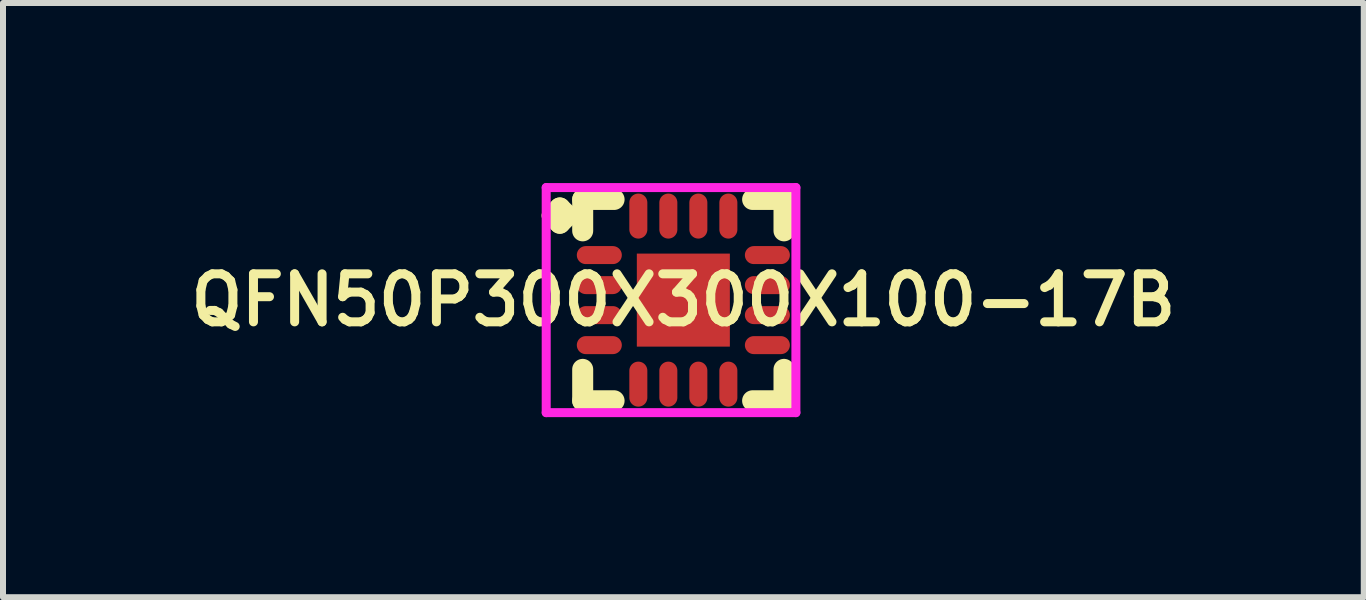
<source format=kicad_pcb>
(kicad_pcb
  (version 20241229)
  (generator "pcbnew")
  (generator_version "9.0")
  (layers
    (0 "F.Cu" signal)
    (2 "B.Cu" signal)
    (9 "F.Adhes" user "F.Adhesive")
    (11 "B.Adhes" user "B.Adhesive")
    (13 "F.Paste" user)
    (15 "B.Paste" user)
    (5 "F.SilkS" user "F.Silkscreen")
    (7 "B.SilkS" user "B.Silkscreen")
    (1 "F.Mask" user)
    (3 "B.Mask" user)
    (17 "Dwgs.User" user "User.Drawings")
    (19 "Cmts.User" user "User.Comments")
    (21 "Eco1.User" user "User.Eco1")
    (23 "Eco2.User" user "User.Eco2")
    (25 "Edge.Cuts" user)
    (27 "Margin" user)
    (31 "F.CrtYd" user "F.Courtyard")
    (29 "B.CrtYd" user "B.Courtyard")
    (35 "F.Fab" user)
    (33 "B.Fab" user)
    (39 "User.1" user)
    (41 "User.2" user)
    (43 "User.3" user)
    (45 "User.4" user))
  (footprint "QFN50P300X300X100-17B"
    (layer "F.Cu")
    (at 8.335 1.95)
    (property "Reference" "QFN50P300X300X100-17B" (at 0 0 0) (layer "F.SilkS") (effects (font (size 0.8 0.8) (thickness 0.15))))
    (attr smd)
    (fp_line (start -2.185 -1.408) (end -2.058 -1.535) (stroke (width 0.35) (type solid)) (layer "F.SilkS"))
    (fp_line (start -2.058 -1.535) (end -1.931 -1.408) (stroke (width 0.35) (type solid)) (layer "F.SilkS"))
    (fp_line (start -2.058 -1.281) (end -2.185 -1.408) (stroke (width 0.35) (type solid)) (layer "F.SilkS"))
    (fp_line (start -1.931 -1.408) (end -2.058 -1.281) (stroke (width 0.35) (type solid)) (layer "F.SilkS"))
    (fp_line (start -1.677 -1.677) (end -1.154 -1.677) (stroke (width 0.35) (type solid)) (layer "F.SilkS"))
    (fp_line (start -1.677 -1.154) (end -1.677 -1.677) (stroke (width 0.35) (type solid)) (layer "F.SilkS"))
    (fp_line (start -1.677 1.154) (end -1.677 1.677) (stroke (width 0.35) (type solid)) (layer "F.SilkS"))
    (fp_line (start -1.677 1.677) (end -1.154 1.677) (stroke (width 0.35) (type solid)) (layer "F.SilkS"))
    (fp_line (start 1.154 -1.677) (end 1.677 -1.677) (stroke (width 0.35) (type solid)) (layer "F.SilkS"))
    (fp_line (start 1.154 1.677) (end 1.677 1.677) (stroke (width 0.35) (type solid)) (layer "F.SilkS"))
    (fp_line (start 1.677 -1.677) (end 1.677 -1.154) (stroke (width 0.35) (type solid)) (layer "F.SilkS"))
    (fp_line (start 1.677 1.677) (end 1.677 1.154) (stroke (width 0.35) (type solid)) (layer "F.SilkS"))
    (fp_line (start -2.285 -1.875) (end 1.875 -1.875) (stroke (width 0.15) (type solid)) (layer "F.CrtYd"))
    (fp_line (start -2.285 1.875) (end -2.285 -1.875) (stroke (width 0.15) (type solid)) (layer "F.CrtYd"))
    (fp_line (start 1.875 -1.875) (end 1.875 1.875) (stroke (width 0.15) (type solid)) (layer "F.CrtYd"))
    (fp_line (start 1.875 1.875) (end -2.285 1.875) (stroke (width 0.15) (type solid)) (layer "F.CrtYd"))
    (pad "1" smd oval (at -1.4 -0.75) (size 0.75 0.3) (layers "F.Cu" "F.Mask" "F.Paste"))
    (pad "2" smd oval (at -1.4 -0.25) (size 0.75 0.3) (layers "F.Cu" "F.Mask" "F.Paste"))
    (pad "3" smd oval (at -1.4 0.25) (size 0.75 0.3) (layers "F.Cu" "F.Mask" "F.Paste"))
    (pad "4" smd oval (at -1.4 0.75) (size 0.75 0.3) (layers "F.Cu" "F.Mask" "F.Paste"))
    (pad "5" smd oval (at -0.75 1.4) (size 0.3 0.75) (layers "F.Cu" "F.Mask" "F.Paste"))
    (pad "6" smd oval (at -0.25 1.4) (size 0.3 0.75) (layers "F.Cu" "F.Mask" "F.Paste"))
    (pad "7" smd oval (at 0.25 1.4) (size 0.3 0.75) (layers "F.Cu" "F.Mask" "F.Paste"))
    (pad "8" smd oval (at 0.75 1.4) (size 0.3 0.75) (layers "F.Cu" "F.Mask" "F.Paste"))
    (pad "9" smd oval (at 1.4 0.75) (size 0.75 0.3) (layers "F.Cu" "F.Mask" "F.Paste"))
    (pad "10" smd oval (at 1.4 0.25) (size 0.75 0.3) (layers "F.Cu" "F.Mask" "F.Paste"))
    (pad "11" smd oval (at 1.4 -0.25) (size 0.75 0.3) (layers "F.Cu" "F.Mask" "F.Paste"))
    (pad "12" smd oval (at 1.4 -0.75) (size 0.75 0.3) (layers "F.Cu" "F.Mask" "F.Paste"))
    (pad "13" smd oval (at 0.75 -1.4) (size 0.3 0.75) (layers "F.Cu" "F.Mask" "F.Paste"))
    (pad "14" smd oval (at 0.25 -1.4) (size 0.3 0.75) (layers "F.Cu" "F.Mask" "F.Paste"))
    (pad "15" smd oval (at -0.25 -1.4) (size 0.3 0.75) (layers "F.Cu" "F.Mask" "F.Paste"))
    (pad "16" smd oval (at -0.75 -1.4) (size 0.3 0.75) (layers "F.Cu" "F.Mask" "F.Paste"))
    (pad "17" smd rect (at 0 0) (size 1.55 1.55) (layers "F.Cu" "F.Mask" "F.Paste")))
  (gr_rect
    (start -3 -3)
    (end 19.671 6.9)
    (stroke (width 0.1) (type default))
    (fill no)
    (layer "Edge.Cuts")))
</source>
